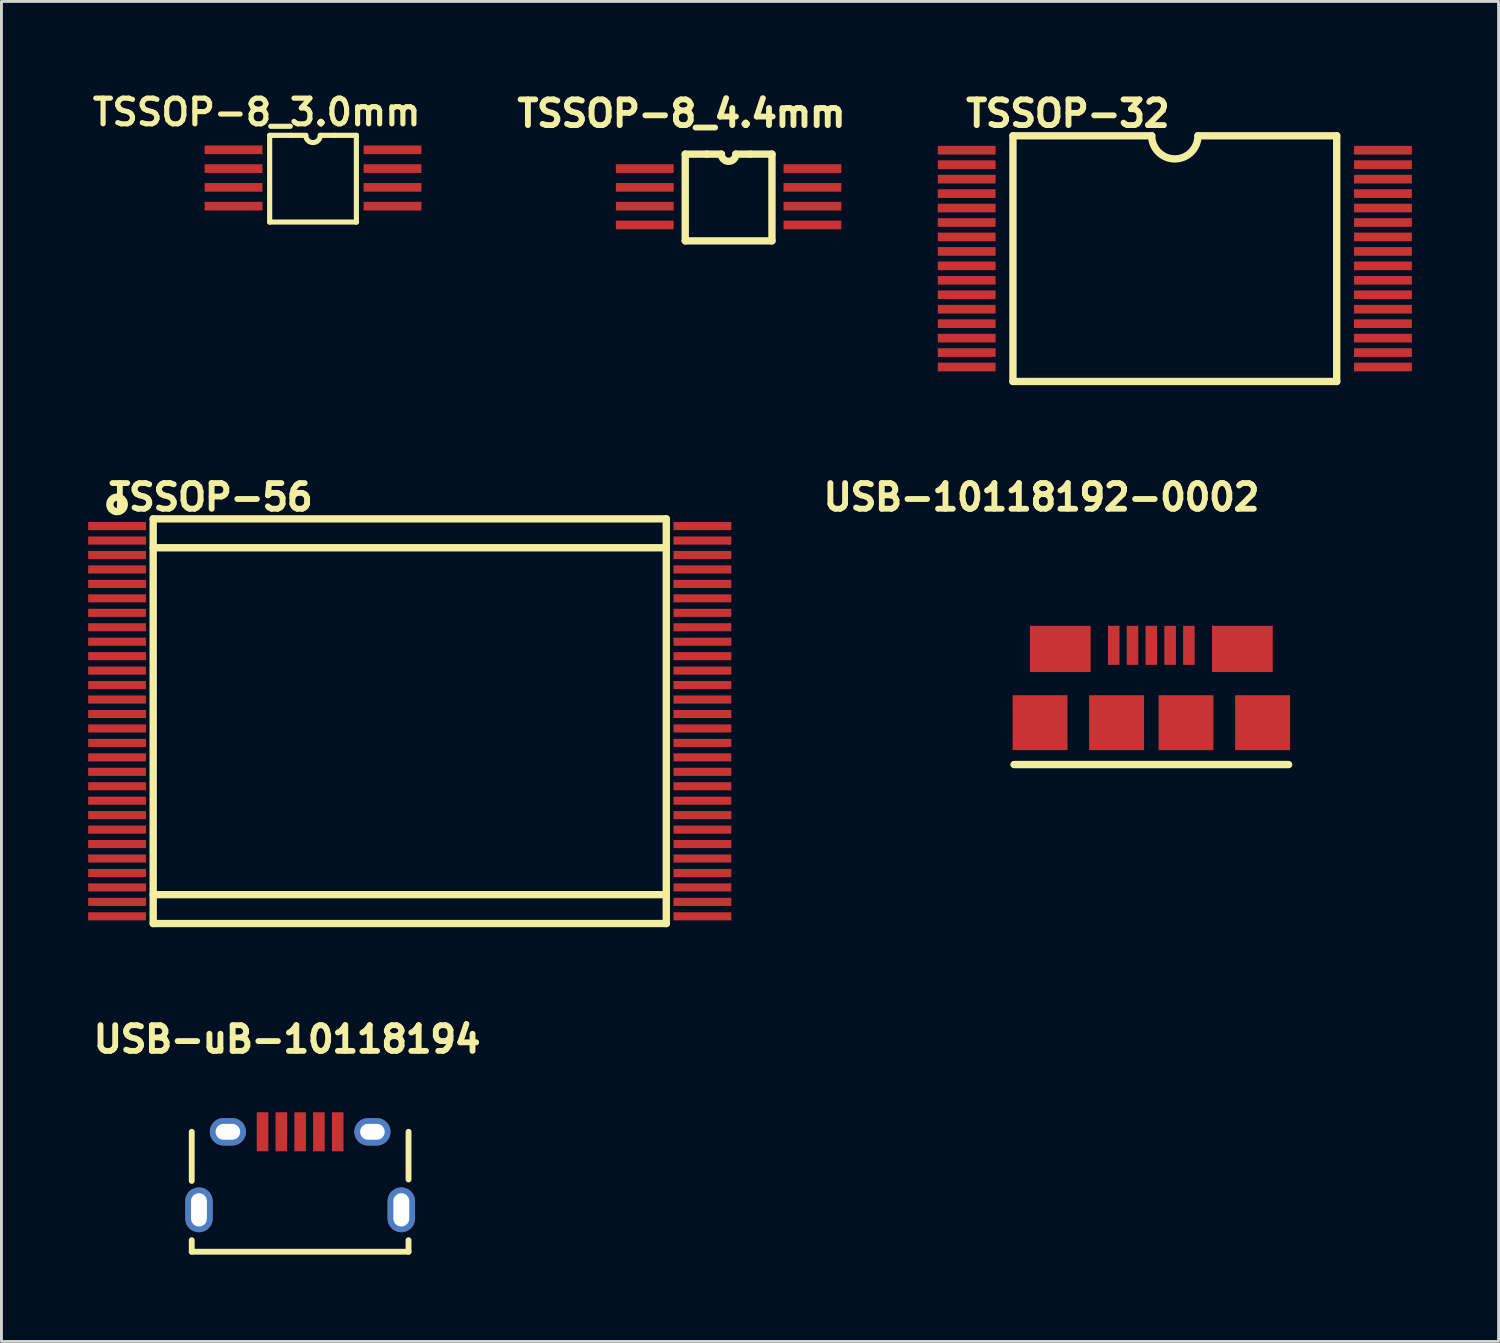
<source format=kicad_pcb>
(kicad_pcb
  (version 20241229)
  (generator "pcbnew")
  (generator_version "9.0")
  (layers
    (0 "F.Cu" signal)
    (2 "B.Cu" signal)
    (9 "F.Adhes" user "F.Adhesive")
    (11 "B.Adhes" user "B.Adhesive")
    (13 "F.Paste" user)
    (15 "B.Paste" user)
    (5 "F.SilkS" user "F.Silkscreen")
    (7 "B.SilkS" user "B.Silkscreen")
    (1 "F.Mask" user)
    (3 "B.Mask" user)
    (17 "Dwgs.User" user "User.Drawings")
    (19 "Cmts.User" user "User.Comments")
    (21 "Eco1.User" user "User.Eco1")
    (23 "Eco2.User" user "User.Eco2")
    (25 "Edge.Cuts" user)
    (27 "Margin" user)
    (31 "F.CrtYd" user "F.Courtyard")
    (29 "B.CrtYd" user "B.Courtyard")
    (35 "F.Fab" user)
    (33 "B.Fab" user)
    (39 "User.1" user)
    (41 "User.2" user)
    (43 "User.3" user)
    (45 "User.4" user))
  (footprint "TSSOP-8_3.0mm"
    (layer "F.Cu")
    (at 5.029 2.132)
    (property "Reference" "TSSOP-8_3.0mm" (at 0.8 -1.3 0) (layer "F.SilkS") (effects (font (size 0.889 0.889) (thickness 0.178))))
    (attr through_hole)
    (fp_line (start 1.25 -0.5) (end 1.25 2.5) (stroke (width 0.178) (type solid)) (layer "F.SilkS"))
    (fp_line (start 1.25 -0.5) (end 2 -0.5) (stroke (width 0.178) (type solid)) (layer "F.SilkS"))
    (fp_line (start 1.25 2.5) (end 4.25 2.5) (stroke (width 0.178) (type solid)) (layer "F.SilkS"))
    (fp_line (start 2 -0.5) (end 2.5 -0.5) (stroke (width 0.178) (type solid)) (layer "F.SilkS"))
    (fp_line (start 3.5 -0.5) (end 3 -0.5) (stroke (width 0.178) (type solid)) (layer "F.SilkS"))
    (fp_line (start 4.25 -0.5) (end 3.5 -0.5) (stroke (width 0.178) (type solid)) (layer "F.SilkS"))
    (fp_line (start 4.25 2.5) (end 4.25 -0.5) (stroke (width 0.178) (type solid)) (layer "F.SilkS"))
    (fp_arc (start 3 -0.5) (mid 2.75 -0.25) (end 2.5 -0.5) (stroke (width 0.1778) (type solid)) (layer "F.SilkS"))
    (pad "1" smd rect (at 0 0) (size 2 0.3) (layers "F.Cu" "F.Mask" "F.Paste"))
    (pad "2" smd rect (at 0 0.65) (size 2 0.3) (layers "F.Cu" "F.Mask" "F.Paste"))
    (pad "3" smd rect (at 0 1.3) (size 2 0.3) (layers "F.Cu" "F.Mask" "F.Paste"))
    (pad "4" smd rect (at 0 1.95) (size 2 0.3) (layers "F.Cu" "F.Mask" "F.Paste"))
    (pad "5" smd rect (at 5.5 1.95) (size 2 0.3) (layers "F.Cu" "F.Mask" "F.Paste"))
    (pad "6" smd rect (at 5.5 1.3) (size 2 0.3) (layers "F.Cu" "F.Mask" "F.Paste"))
    (pad "7" smd rect (at 5.5 0.65) (size 2 0.3) (layers "F.Cu" "F.Mask" "F.Paste"))
    (pad "8" smd rect (at 5.5 0) (size 2 0.3) (layers "F.Cu" "F.Mask" "F.Paste")))
  (footprint "USB-uB-10118194"
    (layer "F.Cu")
    (at 7.333 36.104)
    (property "Reference" "USB-uB-10118194" (at -0.45 -3.2 0) (layer "F.SilkS") (effects (font (size 0.889 0.889) (thickness 0.203))))
    (attr through_hole)
    (fp_line (start -3.75 1.7) (end -3.75 0) (stroke (width 0.203) (type solid)) (layer "F.SilkS"))
    (fp_line (start -3.75 4.15) (end -3.75 3.75) (stroke (width 0.203) (type solid)) (layer "F.SilkS"))
    (fp_line (start -3.75 4.15) (end 3.75 4.15) (stroke (width 0.203) (type solid)) (layer "F.SilkS"))
    (fp_line (start 3.75 1.65) (end 3.75 0) (stroke (width 0.203) (type solid)) (layer "F.SilkS"))
    (fp_line (start 3.75 4.15) (end 3.75 3.75) (stroke (width 0.203) (type solid)) (layer "F.SilkS"))
    (pad "1" smd rect (at -1.3 0) (size 0.4 1.35) (layers "F.Cu" "F.Mask" "F.Paste"))
    (pad "2" smd rect (at -0.65 0) (size 0.4 1.35) (layers "F.Cu" "F.Mask" "F.Paste"))
    (pad "3" smd rect (at 0 0) (size 0.4 1.35) (layers "F.Cu" "F.Mask" "F.Paste"))
    (pad "4" smd rect (at 0.65 0) (size 0.4 1.35) (layers "F.Cu" "F.Mask" "F.Paste"))
    (pad "5" smd rect (at 1.3 0) (size 0.4 1.35) (layers "F.Cu" "F.Mask" "F.Paste"))
    (pad "6" thru_hole oval (at -3.5 2.7) (size 0.95 1.55) (drill oval 0.55 1.15) (layers "*.Cu" "*.Mask"))
    (pad "6" thru_hole oval (at -2.5 0) (size 1.25 0.95) (drill oval 0.85 0.55) (layers "*.Cu" "*.Mask"))
    (pad "6" thru_hole oval (at 2.5 0) (size 1.25 0.95) (drill oval 0.85 0.55) (layers "*.Cu" "*.Mask"))
    (pad "6" thru_hole oval (at 3.5 2.7) (size 0.95 1.55) (drill oval 0.55 1.15) (layers "*.Cu" "*.Mask")))
  (footprint "TSSOP-8_4.4mm"
    (layer "F.Cu")
    (at 19.256 2.782)
    (property "Reference" "TSSOP-8_4.4mm" (at 1.27 -1.905 0) (layer "F.SilkS") (effects (font (size 0.889 0.889) (thickness 0.203))))
    (attr through_hole)
    (fp_line (start 1.4 -0.5) (end 1.4 2.5) (stroke (width 0.254) (type solid)) (layer "F.SilkS"))
    (fp_line (start 1.4 -0.5) (end 2.15 -0.5) (stroke (width 0.254) (type solid)) (layer "F.SilkS"))
    (fp_line (start 1.4 2.5) (end 4.4 2.5) (stroke (width 0.254) (type solid)) (layer "F.SilkS"))
    (fp_line (start 2.15 -0.5) (end 2.65 -0.5) (stroke (width 0.254) (type solid)) (layer "F.SilkS"))
    (fp_line (start 3.65 -0.5) (end 3.15 -0.5) (stroke (width 0.254) (type solid)) (layer "F.SilkS"))
    (fp_line (start 4.4 -0.5) (end 3.65 -0.5) (stroke (width 0.254) (type solid)) (layer "F.SilkS"))
    (fp_line (start 4.4 2.5) (end 4.4 -0.5) (stroke (width 0.254) (type solid)) (layer "F.SilkS"))
    (fp_arc (start 3.15 -0.5) (mid 2.9 -0.25) (end 2.65 -0.5) (stroke (width 0.254) (type solid)) (layer "F.SilkS"))
    (pad "1" smd rect (at 0 0) (size 2 0.3) (layers "F.Cu" "F.Mask" "F.Paste"))
    (pad "2" smd rect (at 0 0.65) (size 2 0.3) (layers "F.Cu" "F.Mask" "F.Paste"))
    (pad "3" smd rect (at 0 1.3) (size 2 0.3) (layers "F.Cu" "F.Mask" "F.Paste"))
    (pad "4" smd rect (at 0 1.95) (size 2 0.3) (layers "F.Cu" "F.Mask" "F.Paste"))
    (pad "5" smd rect (at 5.8 1.95) (size 2 0.3) (layers "F.Cu" "F.Mask" "F.Paste"))
    (pad "6" smd rect (at 5.8 1.3) (size 2 0.3) (layers "F.Cu" "F.Mask" "F.Paste"))
    (pad "7" smd rect (at 5.8 0.65) (size 2 0.3) (layers "F.Cu" "F.Mask" "F.Paste"))
    (pad "8" smd rect (at 5.8 0) (size 2 0.3) (layers "F.Cu" "F.Mask" "F.Paste")))
  (footprint "TSSOP-32"
    (layer "F.Cu")
    (at 30.393 2.147)
    (property "Reference" "TSSOP-32" (at 3.5 -1.27 0) (layer "F.SilkS") (effects (font (size 0.889 0.889) (thickness 0.203))))
    (attr through_hole)
    (fp_line (start 1.6 -0.5) (end 1.6 8) (stroke (width 0.254) (type solid)) (layer "F.SilkS"))
    (fp_line (start 1.6 -0.5) (end 6.4 -0.5) (stroke (width 0.254) (type solid)) (layer "F.SilkS"))
    (fp_line (start 1.6 8) (end 12.8 8) (stroke (width 0.254) (type solid)) (layer "F.SilkS"))
    (fp_line (start 12.8 -0.5) (end 8 -0.5) (stroke (width 0.254) (type solid)) (layer "F.SilkS"))
    (fp_line (start 12.8 8) (end 12.8 -0.5) (stroke (width 0.254) (type solid)) (layer "F.SilkS"))
    (fp_arc (start 8 -0.5) (mid 7.2 0.3) (end 6.4 -0.5) (stroke (width 0.254) (type solid)) (layer "F.SilkS"))
    (pad "1" smd rect (at 0 0) (size 2 0.3) (layers "F.Cu" "F.Mask" "F.Paste"))
    (pad "2" smd rect (at 0 0.5) (size 2 0.3) (layers "F.Cu" "F.Mask" "F.Paste"))
    (pad "3" smd rect (at 0 1) (size 2 0.3) (layers "F.Cu" "F.Mask" "F.Paste"))
    (pad "4" smd rect (at 0 1.5) (size 2 0.3) (layers "F.Cu" "F.Mask" "F.Paste"))
    (pad "5" smd rect (at 0 2) (size 2 0.3) (layers "F.Cu" "F.Mask" "F.Paste"))
    (pad "6" smd rect (at 0 2.5) (size 2 0.3) (layers "F.Cu" "F.Mask" "F.Paste"))
    (pad "7" smd rect (at 0 3) (size 2 0.3) (layers "F.Cu" "F.Mask" "F.Paste"))
    (pad "8" smd rect (at 0 3.5) (size 2 0.3) (layers "F.Cu" "F.Mask" "F.Paste"))
    (pad "9" smd rect (at 0 4) (size 2 0.3) (layers "F.Cu" "F.Mask" "F.Paste"))
    (pad "10" smd rect (at 0 4.5) (size 2 0.3) (layers "F.Cu" "F.Mask" "F.Paste"))
    (pad "11" smd rect (at 0 5) (size 2 0.3) (layers "F.Cu" "F.Mask" "F.Paste"))
    (pad "12" smd rect (at 0 5.5) (size 2 0.3) (layers "F.Cu" "F.Mask" "F.Paste"))
    (pad "13" smd rect (at 0 6) (size 2 0.3) (layers "F.Cu" "F.Mask" "F.Paste"))
    (pad "14" smd rect (at 0 6.5) (size 2 0.3) (layers "F.Cu" "F.Mask" "F.Paste"))
    (pad "15" smd rect (at 0 7) (size 2 0.3) (layers "F.Cu" "F.Mask" "F.Paste"))
    (pad "16" smd rect (at 0 7.5) (size 2 0.3) (layers "F.Cu" "F.Mask" "F.Paste"))
    (pad "17" smd rect (at 14.4 7.5) (size 2 0.3) (layers "F.Cu" "F.Mask" "F.Paste"))
    (pad "18" smd rect (at 14.4 7) (size 2 0.3) (layers "F.Cu" "F.Mask" "F.Paste"))
    (pad "19" smd rect (at 14.4 6.5) (size 2 0.3) (layers "F.Cu" "F.Mask" "F.Paste"))
    (pad "20" smd rect (at 14.4 6) (size 2 0.3) (layers "F.Cu" "F.Mask" "F.Paste"))
    (pad "21" smd rect (at 14.4 5.5) (size 2 0.3) (layers "F.Cu" "F.Mask" "F.Paste"))
    (pad "22" smd rect (at 14.4 5) (size 2 0.3) (layers "F.Cu" "F.Mask" "F.Paste"))
    (pad "23" smd rect (at 14.4 4.5) (size 2 0.3) (layers "F.Cu" "F.Mask" "F.Paste"))
    (pad "24" smd rect (at 14.4 4) (size 2 0.3) (layers "F.Cu" "F.Mask" "F.Paste"))
    (pad "25" smd rect (at 14.4 3.5) (size 2 0.3) (layers "F.Cu" "F.Mask" "F.Paste"))
    (pad "26" smd rect (at 14.4 3) (size 2 0.3) (layers "F.Cu" "F.Mask" "F.Paste"))
    (pad "27" smd rect (at 14.4 2.5) (size 2 0.3) (layers "F.Cu" "F.Mask" "F.Paste"))
    (pad "28" smd rect (at 14.4 2) (size 2 0.3) (layers "F.Cu" "F.Mask" "F.Paste"))
    (pad "29" smd rect (at 14.4 1.5) (size 2 0.3) (layers "F.Cu" "F.Mask" "F.Paste"))
    (pad "30" smd rect (at 14.4 1) (size 2 0.3) (layers "F.Cu" "F.Mask" "F.Paste"))
    (pad "31" smd rect (at 14.4 0.5) (size 2 0.3) (layers "F.Cu" "F.Mask" "F.Paste"))
    (pad "32" smd rect (at 14.4 0) (size 2 0.3) (layers "F.Cu" "F.Mask" "F.Paste")))
  (footprint "USB-10118192-0002"
    (layer "F.Cu")
    (at 36.78 21.95)
    (property "Reference" "USB-10118192-0002" (at -3.8 -7.8 0) (layer "F.SilkS") (effects (font (size 0.889 0.889) (thickness 0.203))))
    (attr through_hole)
    (fp_line (start 4.75 1.45) (end -4.75 1.45) (stroke (width 0.254) (type solid)) (layer "F.SilkS"))
    (pad "0" smd rect (at -3.85 0) (size 1.9 1.9) (layers "F.Cu" "F.Mask" "F.Paste"))
    (pad "0" smd rect (at -3.15 -2.55) (size 2.1 1.6) (layers "F.Cu" "F.Mask" "F.Paste"))
    (pad "0" smd rect (at -1.2 0) (size 1.9 1.9) (layers "F.Cu" "F.Mask" "F.Paste"))
    (pad "0" smd rect (at 1.2 0) (size 1.9 1.9) (layers "F.Cu" "F.Mask" "F.Paste"))
    (pad "0" smd rect (at 3.15 -2.55) (size 2.1 1.6) (layers "F.Cu" "F.Mask" "F.Paste"))
    (pad "0" smd rect (at 3.85 0) (size 1.9 1.9) (layers "F.Cu" "F.Mask" "F.Paste"))
    (pad "1" smd rect (at -1.3 -2.675) (size 0.4 1.35) (layers "F.Cu" "F.Mask" "F.Paste"))
    (pad "2" smd rect (at -0.65 -2.675) (size 0.4 1.35) (layers "F.Cu" "F.Mask" "F.Paste"))
    (pad "3" smd rect (at 0 -2.675) (size 0.4 1.35) (layers "F.Cu" "F.Mask" "F.Paste"))
    (pad "4" smd rect (at 0.65 -2.675) (size 0.4 1.35) (layers "F.Cu" "F.Mask" "F.Paste"))
    (pad "5" smd rect (at 1.3 -2.675) (size 0.4 1.35) (layers "F.Cu" "F.Mask" "F.Paste")))
  (footprint "TSSOP-56"
    (layer "F.Cu")
    (at 1 15.15)
    (property "Reference" "TSSOP-56" (at 3.25 -1 0) (layer "F.SilkS") (effects (font (size 0.889 0.889) (thickness 0.203))))
    (attr through_hole)
    (fp_line (start 1.25 -0.25) (end 1.25 13.75) (stroke (width 0.254) (type solid)) (layer "F.SilkS"))
    (fp_line (start 1.25 0.75) (end 19 0.75) (stroke (width 0.254) (type solid)) (layer "F.SilkS"))
    (fp_line (start 1.25 12.75) (end 19 12.75) (stroke (width 0.254) (type solid)) (layer "F.SilkS"))
    (fp_line (start 1.25 13.75) (end 19 13.75) (stroke (width 0.254) (type solid)) (layer "F.SilkS"))
    (fp_line (start 19 -0.25) (end 1.25 -0.25) (stroke (width 0.254) (type solid)) (layer "F.SilkS"))
    (fp_line (start 19 13.75) (end 19 -0.25) (stroke (width 0.254) (type solid)) (layer "F.SilkS"))
    (fp_circle (center 0 -0.75) (end 0 -0.5) (stroke (width 0.254) (type solid)) (fill no) (layer "F.SilkS"))
    (pad "1" smd rect (at 0 0) (size 2 0.28) (layers "F.Cu" "F.Mask" "F.Paste"))
    (pad "2" smd rect (at 0 0.5) (size 2 0.28) (layers "F.Cu" "F.Mask" "F.Paste"))
    (pad "3" smd rect (at 0 1) (size 2 0.28) (layers "F.Cu" "F.Mask" "F.Paste"))
    (pad "4" smd rect (at 0 1.5) (size 2 0.28) (layers "F.Cu" "F.Mask" "F.Paste"))
    (pad "5" smd rect (at 0 2) (size 2 0.28) (layers "F.Cu" "F.Mask" "F.Paste"))
    (pad "6" smd rect (at 0 2.5) (size 2 0.28) (layers "F.Cu" "F.Mask" "F.Paste"))
    (pad "7" smd rect (at 0 3) (size 2 0.28) (layers "F.Cu" "F.Mask" "F.Paste"))
    (pad "8" smd rect (at 0 3.5) (size 2 0.28) (layers "F.Cu" "F.Mask" "F.Paste"))
    (pad "9" smd rect (at 0 4) (size 2 0.28) (layers "F.Cu" "F.Mask" "F.Paste"))
    (pad "10" smd rect (at 0 4.5) (size 2 0.28) (layers "F.Cu" "F.Mask" "F.Paste"))
    (pad "11" smd rect (at 0 5) (size 2 0.28) (layers "F.Cu" "F.Mask" "F.Paste"))
    (pad "12" smd rect (at 0 5.5) (size 2 0.28) (layers "F.Cu" "F.Mask" "F.Paste"))
    (pad "13" smd rect (at 0 6) (size 2 0.28) (layers "F.Cu" "F.Mask" "F.Paste"))
    (pad "14" smd rect (at 0 6.5) (size 2 0.28) (layers "F.Cu" "F.Mask" "F.Paste"))
    (pad "15" smd rect (at 0 7) (size 2 0.28) (layers "F.Cu" "F.Mask" "F.Paste"))
    (pad "16" smd rect (at 0 7.5) (size 2 0.28) (layers "F.Cu" "F.Mask" "F.Paste"))
    (pad "17" smd rect (at 0 8) (size 2 0.28) (layers "F.Cu" "F.Mask" "F.Paste"))
    (pad "18" smd rect (at 0 8.5) (size 2 0.28) (layers "F.Cu" "F.Mask" "F.Paste"))
    (pad "19" smd rect (at 0 9) (size 2 0.28) (layers "F.Cu" "F.Mask" "F.Paste"))
    (pad "20" smd rect (at 0 9.5) (size 2 0.28) (layers "F.Cu" "F.Mask" "F.Paste"))
    (pad "21" smd rect (at 0 10) (size 2 0.28) (layers "F.Cu" "F.Mask" "F.Paste"))
    (pad "22" smd rect (at 0 10.5) (size 2 0.28) (layers "F.Cu" "F.Mask" "F.Paste"))
    (pad "23" smd rect (at 0 11) (size 2 0.28) (layers "F.Cu" "F.Mask" "F.Paste"))
    (pad "24" smd rect (at 0 11.5) (size 2 0.28) (layers "F.Cu" "F.Mask" "F.Paste"))
    (pad "25" smd rect (at 0 12) (size 2 0.28) (layers "F.Cu" "F.Mask" "F.Paste"))
    (pad "26" smd rect (at 0 12.5) (size 2 0.28) (layers "F.Cu" "F.Mask" "F.Paste"))
    (pad "27" smd rect (at 0 13) (size 2 0.28) (layers "F.Cu" "F.Mask" "F.Paste"))
    (pad "28" smd rect (at 0 13.5) (size 2 0.28) (layers "F.Cu" "F.Mask" "F.Paste"))
    (pad "29" smd rect (at 20.25 13.5) (size 2 0.28) (layers "F.Cu" "F.Mask" "F.Paste"))
    (pad "30" smd rect (at 20.25 13) (size 2 0.28) (layers "F.Cu" "F.Mask" "F.Paste"))
    (pad "31" smd rect (at 20.25 12.5) (size 2 0.28) (layers "F.Cu" "F.Mask" "F.Paste"))
    (pad "32" smd rect (at 20.25 12) (size 2 0.28) (layers "F.Cu" "F.Mask" "F.Paste"))
    (pad "33" smd rect (at 20.25 11.5) (size 2 0.28) (layers "F.Cu" "F.Mask" "F.Paste"))
    (pad "34" smd rect (at 20.25 11) (size 2 0.28) (layers "F.Cu" "F.Mask" "F.Paste"))
    (pad "35" smd rect (at 20.25 10.5) (size 2 0.28) (layers "F.Cu" "F.Mask" "F.Paste"))
    (pad "36" smd rect (at 20.25 10) (size 2 0.28) (layers "F.Cu" "F.Mask" "F.Paste"))
    (pad "37" smd rect (at 20.25 9.5) (size 2 0.28) (layers "F.Cu" "F.Mask" "F.Paste"))
    (pad "38" smd rect (at 20.25 9) (size 2 0.28) (layers "F.Cu" "F.Mask" "F.Paste"))
    (pad "39" smd rect (at 20.25 8.5) (size 2 0.28) (layers "F.Cu" "F.Mask" "F.Paste"))
    (pad "40" smd rect (at 20.25 8) (size 2 0.28) (layers "F.Cu" "F.Mask" "F.Paste"))
    (pad "41" smd rect (at 20.25 7.5) (size 2 0.28) (layers "F.Cu" "F.Mask" "F.Paste"))
    (pad "42" smd rect (at 20.25 7) (size 2 0.28) (layers "F.Cu" "F.Mask" "F.Paste"))
    (pad "43" smd rect (at 20.25 6.5) (size 2 0.28) (layers "F.Cu" "F.Mask" "F.Paste"))
    (pad "44" smd rect (at 20.25 6) (size 2 0.28) (layers "F.Cu" "F.Mask" "F.Paste"))
    (pad "45" smd rect (at 20.25 5.5) (size 2 0.28) (layers "F.Cu" "F.Mask" "F.Paste"))
    (pad "46" smd rect (at 20.25 5) (size 2 0.28) (layers "F.Cu" "F.Mask" "F.Paste"))
    (pad "47" smd rect (at 20.25 4.5) (size 2 0.28) (layers "F.Cu" "F.Mask" "F.Paste"))
    (pad "48" smd rect (at 20.25 4) (size 2 0.28) (layers "F.Cu" "F.Mask" "F.Paste"))
    (pad "49" smd rect (at 20.25 3.5) (size 2 0.28) (layers "F.Cu" "F.Mask" "F.Paste"))
    (pad "50" smd rect (at 20.25 3) (size 2 0.28) (layers "F.Cu" "F.Mask" "F.Paste"))
    (pad "51" smd rect (at 20.25 2.5) (size 2 0.28) (layers "F.Cu" "F.Mask" "F.Paste"))
    (pad "52" smd rect (at 20.25 2) (size 2 0.28) (layers "F.Cu" "F.Mask" "F.Paste"))
    (pad "53" smd rect (at 20.25 1.5) (size 2 0.28) (layers "F.Cu" "F.Mask" "F.Paste"))
    (pad "54" smd rect (at 20.25 1) (size 2 0.28) (layers "F.Cu" "F.Mask" "F.Paste"))
    (pad "55" smd rect (at 20.25 0.5) (size 2 0.28) (layers "F.Cu" "F.Mask" "F.Paste"))
    (pad "56" smd rect (at 20.25 0) (size 2 0.28) (layers "F.Cu" "F.Mask" "F.Paste")))
  (gr_rect
    (start -3 -3)
    (end 48.793 43.356)
    (stroke (width 0.1) (type default))
    (fill no)
    (layer "Edge.Cuts")))
</source>
